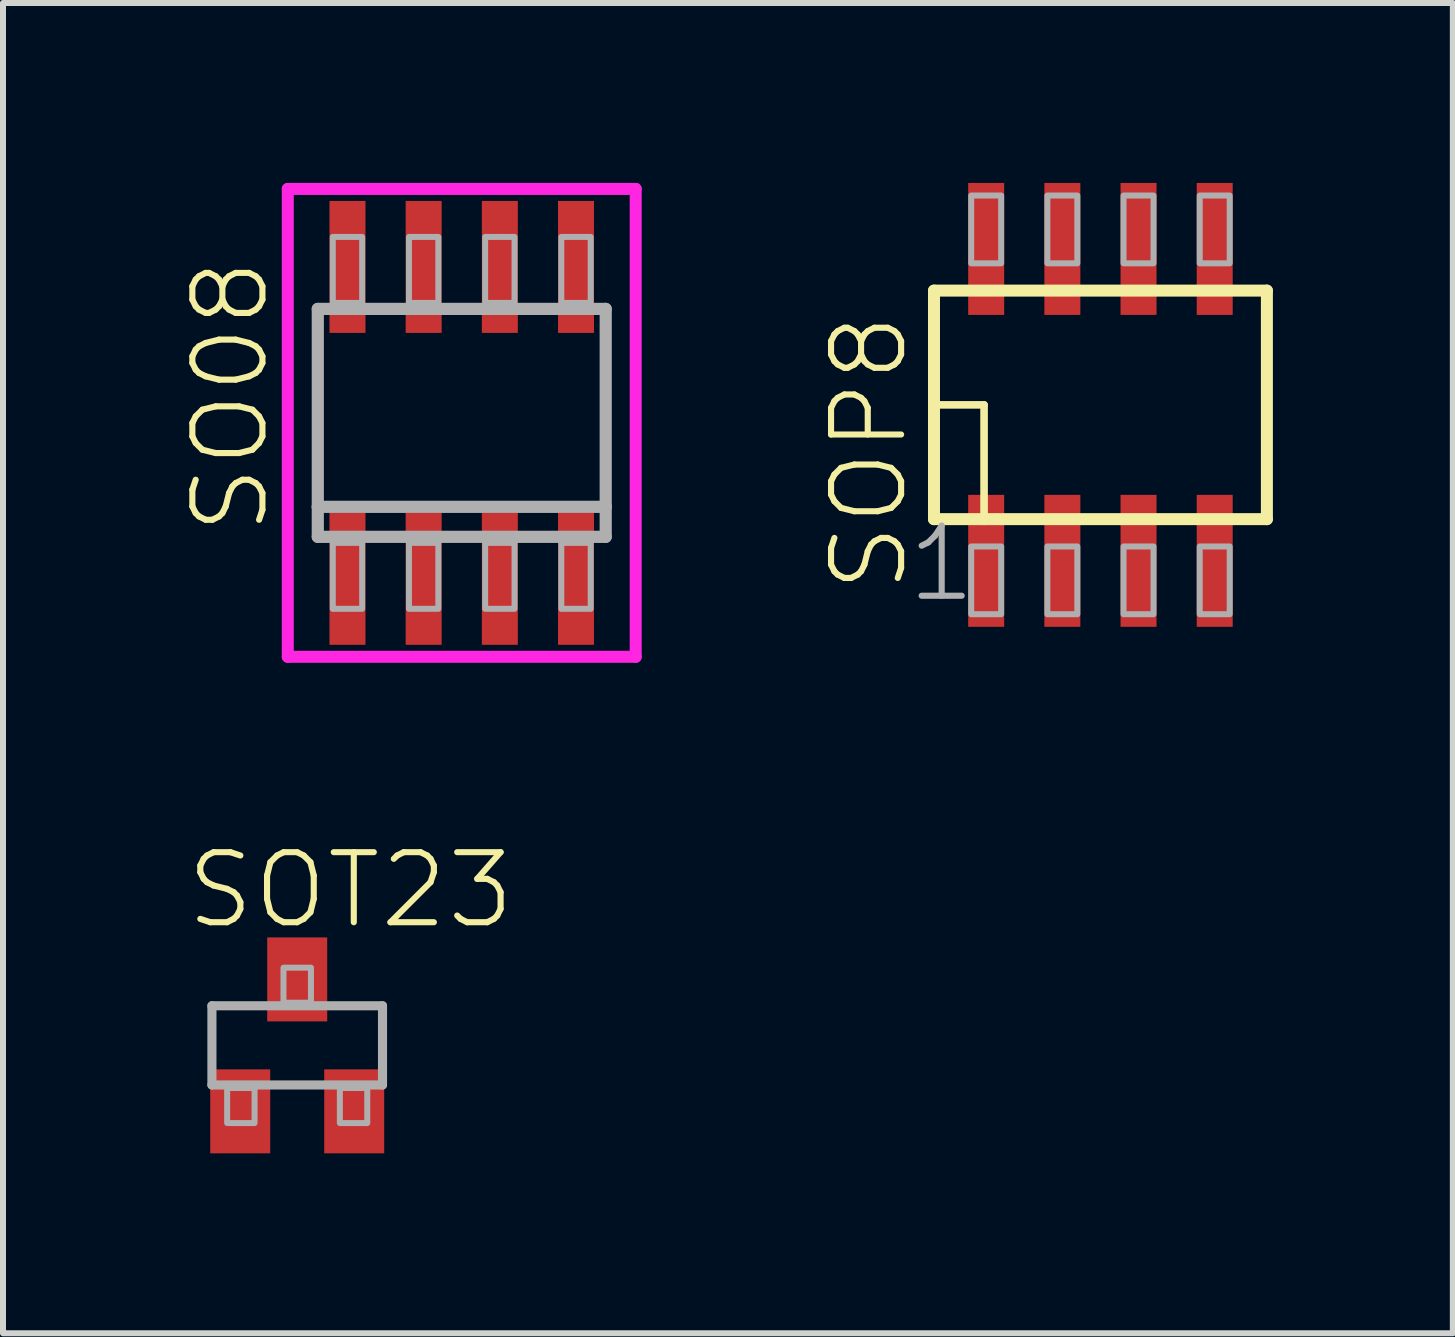
<source format=kicad_pcb>
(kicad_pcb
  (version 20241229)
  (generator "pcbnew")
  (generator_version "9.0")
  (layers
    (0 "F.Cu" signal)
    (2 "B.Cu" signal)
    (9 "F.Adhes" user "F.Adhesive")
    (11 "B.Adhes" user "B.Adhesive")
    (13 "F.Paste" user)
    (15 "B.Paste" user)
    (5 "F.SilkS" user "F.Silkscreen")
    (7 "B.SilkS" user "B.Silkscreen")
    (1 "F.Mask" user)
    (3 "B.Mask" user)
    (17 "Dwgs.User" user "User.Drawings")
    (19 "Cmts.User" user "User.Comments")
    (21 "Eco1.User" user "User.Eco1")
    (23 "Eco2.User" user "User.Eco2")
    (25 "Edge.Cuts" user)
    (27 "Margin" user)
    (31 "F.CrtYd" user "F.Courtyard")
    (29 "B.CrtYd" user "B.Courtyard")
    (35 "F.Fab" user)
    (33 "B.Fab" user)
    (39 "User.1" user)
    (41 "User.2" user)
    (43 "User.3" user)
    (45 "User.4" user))
  (footprint "SOT23"
    (layer "F.Cu")
    (at 1.905 14.378)
    (property "Reference" "SOT23" (at -1.905 -1.905 0) (layer "F.SilkS") (effects (font (size 1.168 1.168) (thickness 0.102)) (justify left bottom)))
    (fp_line (start -1.422 -0.66) (end 1.422 -0.66) (stroke (width 0.152) (type solid)) (layer "F.Fab"))
    (fp_line (start -1.422 0.66) (end -1.422 -0.66) (stroke (width 0.152) (type solid)) (layer "F.Fab"))
    (fp_line (start 1.422 -0.66) (end 1.422 0.66) (stroke (width 0.152) (type solid)) (layer "F.Fab"))
    (fp_line (start 1.422 0.66) (end -1.422 0.66) (stroke (width 0.152) (type solid)) (layer "F.Fab"))
    (fp_poly (pts (xy -1.168 1.295) (xy -0.711 1.295) (xy -0.711 0.711) (xy -1.168 0.711)) (stroke (width 0.1) (type default)) (fill no) (layer "F.Fab"))
    (fp_poly (pts (xy -0.229 -0.711) (xy 0.229 -0.711) (xy 0.229 -1.295) (xy -0.229 -1.295)) (stroke (width 0.1) (type default)) (fill no) (layer "F.Fab"))
    (fp_poly (pts (xy 0.711 1.295) (xy 1.168 1.295) (xy 1.168 0.711) (xy 0.711 0.711)) (stroke (width 0.1) (type default)) (fill no) (layer "F.Fab"))
    (pad "1" smd rect (at -0.95 1.1) (size 1 1.4) (layers "F.Cu" "F.Mask" "F.Paste"))
    (pad "2" smd rect (at 0.95 1.1) (size 1 1.4) (layers "F.Cu" "F.Mask" "F.Paste"))
    (pad "3" smd rect (at 0 -1.1) (size 1 1.4) (layers "F.Cu" "F.Mask" "F.Paste")))
  (footprint "SOP8"
    (layer "F.Cu")
    (at 15.296 3.7)
    (property "Reference" "SOP8" (at -3.175 3.175 90) (layer "F.SilkS") (effects (font (size 1.168 1.168) (thickness 0.102)) (justify left bottom)))
    (fp_line (start -2.775 -1.905) (end 2.775 -1.905) (stroke (width 0.2) (type solid)) (layer "F.SilkS"))
    (fp_line (start -2.775 0) (end -2.775 -1.905) (stroke (width 0.2) (type solid)) (layer "F.SilkS"))
    (fp_line (start -2.775 1.905) (end -2.775 0) (stroke (width 0.2) (type solid)) (layer "F.SilkS"))
    (fp_line (start -1.94 0) (end -2.775 0) (stroke (width 0.127) (type solid)) (layer "F.SilkS"))
    (fp_line (start -1.94 0) (end -1.94 1.905) (stroke (width 0.127) (type solid)) (layer "F.SilkS"))
    (fp_line (start -1.94 1.905) (end -2.775 1.905) (stroke (width 0.2) (type solid)) (layer "F.SilkS"))
    (fp_line (start 2.775 -1.905) (end 2.775 1.905) (stroke (width 0.2) (type solid)) (layer "F.SilkS"))
    (fp_line (start 2.775 1.905) (end -1.94 1.905) (stroke (width 0.2) (type solid)) (layer "F.SilkS"))
    (fp_poly (pts (xy -2.155 -2.36) (xy -1.655 -2.36) (xy -1.655 -3.49) (xy -2.155 -3.49)) (stroke (width 0.1) (type default)) (fill no) (layer "F.Fab"))
    (fp_poly (pts (xy -2.155 3.49) (xy -1.655 3.49) (xy -1.655 2.36) (xy -2.155 2.36)) (stroke (width 0.1) (type default)) (fill no) (layer "F.Fab"))
    (fp_poly (pts (xy -0.885 -2.36) (xy -0.385 -2.36) (xy -0.385 -3.49) (xy -0.885 -3.49)) (stroke (width 0.1) (type default)) (fill no) (layer "F.Fab"))
    (fp_poly (pts (xy -0.885 3.49) (xy -0.385 3.49) (xy -0.385 2.36) (xy -0.885 2.36)) (stroke (width 0.1) (type default)) (fill no) (layer "F.Fab"))
    (fp_poly (pts (xy 0.385 -2.36) (xy 0.885 -2.36) (xy 0.885 -3.49) (xy 0.385 -3.49)) (stroke (width 0.1) (type default)) (fill no) (layer "F.Fab"))
    (fp_poly (pts (xy 0.385 3.49) (xy 0.885 3.49) (xy 0.885 2.36) (xy 0.385 2.36)) (stroke (width 0.1) (type default)) (fill no) (layer "F.Fab"))
    (fp_poly (pts (xy 1.655 -2.36) (xy 2.155 -2.36) (xy 2.155 -3.49) (xy 1.655 -3.49)) (stroke (width 0.1) (type default)) (fill no) (layer "F.Fab"))
    (fp_poly (pts (xy 1.655 3.49) (xy 2.155 3.49) (xy 2.155 2.36) (xy 1.655 2.36)) (stroke (width 0.1) (type default)) (fill no) (layer "F.Fab"))
    (fp_text user "1" (at -3.27 3.33 0) (layer "F.Fab") (effects (font (size 1.168 1.168) (thickness 0.102)) (justify left bottom)))
    (pad "1" smd rect (at -1.905 2.6) (size 0.6 2.2) (layers "F.Cu" "F.Mask" "F.Paste"))
    (pad "2" smd rect (at -0.635 2.6) (size 0.6 2.2) (layers "F.Cu" "F.Mask" "F.Paste"))
    (pad "3" smd rect (at 0.635 2.6) (size 0.6 2.2) (layers "F.Cu" "F.Mask" "F.Paste"))
    (pad "4" smd rect (at 1.905 2.6) (size 0.6 2.2) (layers "F.Cu" "F.Mask" "F.Paste"))
    (pad "5" smd rect (at 1.905 -2.6) (size 0.6 2.2) (layers "F.Cu" "F.Mask" "F.Paste"))
    (pad "6" smd rect (at 0.635 -2.6) (size 0.6 2.2) (layers "F.Cu" "F.Mask" "F.Paste"))
    (pad "7" smd rect (at -0.635 -2.6) (size 0.6 2.2) (layers "F.Cu" "F.Mask" "F.Paste"))
    (pad "8" smd rect (at -1.905 -2.6) (size 0.6 2.2) (layers "F.Cu" "F.Mask" "F.Paste")))
  (footprint "SO08"
    (layer "F.Cu")
    (at 4.648 4)
    (property "Reference" "SO08" (at -3.175 1.905 90) (layer "F.SilkS") (effects (font (size 1.168 1.168) (thickness 0.102)) (justify left bottom)))
    (fp_line (start -2.9 -3.9) (end 2.9 -3.9) (stroke (width 0.2) (type solid)) (layer "F.CrtYd"))
    (fp_line (start -2.9 3.9) (end -2.9 -3.9) (stroke (width 0.2) (type solid)) (layer "F.CrtYd"))
    (fp_line (start 2.9 -3.9) (end 2.9 3.9) (stroke (width 0.2) (type solid)) (layer "F.CrtYd"))
    (fp_line (start 2.9 3.9) (end -2.9 3.9) (stroke (width 0.2) (type solid)) (layer "F.CrtYd"))
    (fp_line (start -2.4 -1.9) (end 2.4 -1.9) (stroke (width 0.203) (type solid)) (layer "F.Fab"))
    (fp_line (start -2.4 1.4) (end -2.4 -1.9) (stroke (width 0.203) (type solid)) (layer "F.Fab"))
    (fp_line (start -2.4 1.9) (end -2.4 1.4) (stroke (width 0.203) (type solid)) (layer "F.Fab"))
    (fp_line (start 2.4 -1.9) (end 2.4 1.4) (stroke (width 0.203) (type solid)) (layer "F.Fab"))
    (fp_line (start 2.4 1.4) (end -2.4 1.4) (stroke (width 0.203) (type solid)) (layer "F.Fab"))
    (fp_line (start 2.4 1.4) (end 2.4 1.9) (stroke (width 0.203) (type solid)) (layer "F.Fab"))
    (fp_line (start 2.4 1.9) (end -2.4 1.9) (stroke (width 0.203) (type solid)) (layer "F.Fab"))
    (fp_poly (pts (xy -2.15 -2) (xy -1.66 -2) (xy -1.66 -3.1) (xy -2.15 -3.1)) (stroke (width 0.1) (type default)) (fill no) (layer "F.Fab"))
    (fp_poly (pts (xy -2.15 3.1) (xy -1.66 3.1) (xy -1.66 2) (xy -2.15 2)) (stroke (width 0.1) (type default)) (fill no) (layer "F.Fab"))
    (fp_poly (pts (xy -0.88 -2) (xy -0.39 -2) (xy -0.39 -3.1) (xy -0.88 -3.1)) (stroke (width 0.1) (type default)) (fill no) (layer "F.Fab"))
    (fp_poly (pts (xy -0.88 3.1) (xy -0.39 3.1) (xy -0.39 2) (xy -0.88 2)) (stroke (width 0.1) (type default)) (fill no) (layer "F.Fab"))
    (fp_poly (pts (xy 0.39 -2) (xy 0.88 -2) (xy 0.88 -3.1) (xy 0.39 -3.1)) (stroke (width 0.1) (type default)) (fill no) (layer "F.Fab"))
    (fp_poly (pts (xy 0.39 3.1) (xy 0.88 3.1) (xy 0.88 2) (xy 0.39 2)) (stroke (width 0.1) (type default)) (fill no) (layer "F.Fab"))
    (fp_poly (pts (xy 1.66 -2) (xy 2.15 -2) (xy 2.15 -3.1) (xy 1.66 -3.1)) (stroke (width 0.1) (type default)) (fill no) (layer "F.Fab"))
    (fp_poly (pts (xy 1.66 3.1) (xy 2.15 3.1) (xy 2.15 2) (xy 1.66 2)) (stroke (width 0.1) (type default)) (fill no) (layer "F.Fab"))
    (pad "1" smd rect (at -1.905 2.6) (size 0.6 2.2) (layers "F.Cu" "F.Mask" "F.Paste"))
    (pad "2" smd rect (at -0.635 2.6) (size 0.6 2.2) (layers "F.Cu" "F.Mask" "F.Paste"))
    (pad "3" smd rect (at 0.635 2.6) (size 0.6 2.2) (layers "F.Cu" "F.Mask" "F.Paste"))
    (pad "4" smd rect (at 1.905 2.6) (size 0.6 2.2) (layers "F.Cu" "F.Mask" "F.Paste"))
    (pad "5" smd rect (at 1.905 -2.6) (size 0.6 2.2) (layers "F.Cu" "F.Mask" "F.Paste"))
    (pad "6" smd rect (at 0.635 -2.6) (size 0.6 2.2) (layers "F.Cu" "F.Mask" "F.Paste"))
    (pad "7" smd rect (at -0.635 -2.6) (size 0.6 2.2) (layers "F.Cu" "F.Mask" "F.Paste"))
    (pad "8" smd rect (at -1.905 -2.6) (size 0.6 2.2) (layers "F.Cu" "F.Mask" "F.Paste")))
  (gr_rect
    (start -3 -3)
    (end 21.171 19.178)
    (stroke (width 0.1) (type default))
    (fill no)
    (layer "Edge.Cuts")))
</source>
